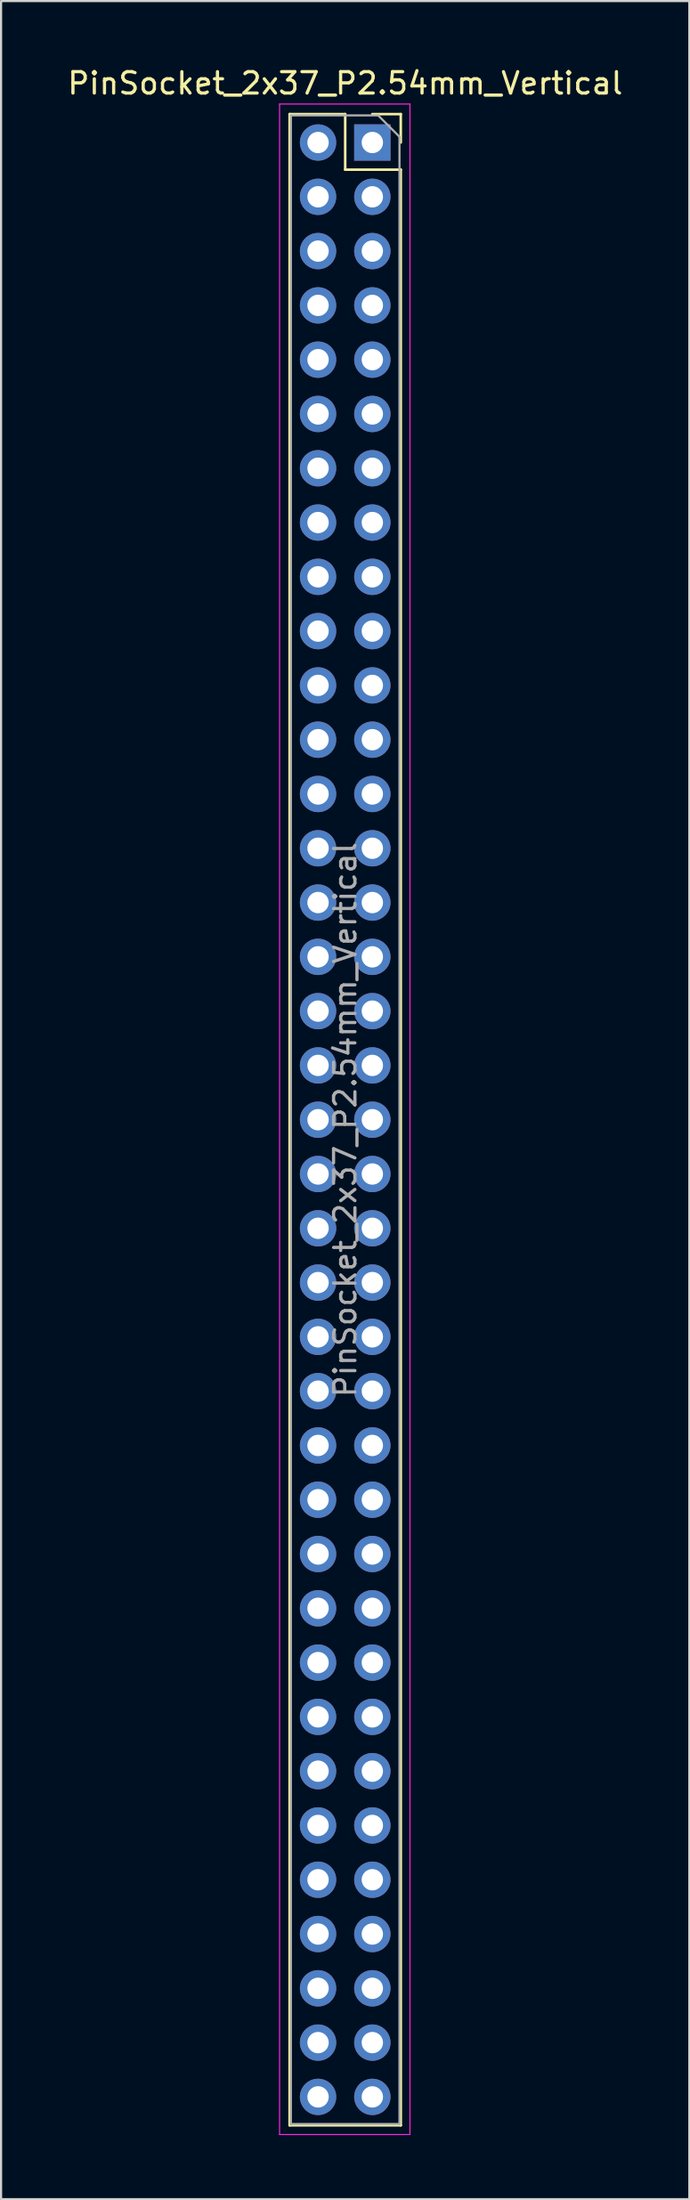
<source format=kicad_pcb>
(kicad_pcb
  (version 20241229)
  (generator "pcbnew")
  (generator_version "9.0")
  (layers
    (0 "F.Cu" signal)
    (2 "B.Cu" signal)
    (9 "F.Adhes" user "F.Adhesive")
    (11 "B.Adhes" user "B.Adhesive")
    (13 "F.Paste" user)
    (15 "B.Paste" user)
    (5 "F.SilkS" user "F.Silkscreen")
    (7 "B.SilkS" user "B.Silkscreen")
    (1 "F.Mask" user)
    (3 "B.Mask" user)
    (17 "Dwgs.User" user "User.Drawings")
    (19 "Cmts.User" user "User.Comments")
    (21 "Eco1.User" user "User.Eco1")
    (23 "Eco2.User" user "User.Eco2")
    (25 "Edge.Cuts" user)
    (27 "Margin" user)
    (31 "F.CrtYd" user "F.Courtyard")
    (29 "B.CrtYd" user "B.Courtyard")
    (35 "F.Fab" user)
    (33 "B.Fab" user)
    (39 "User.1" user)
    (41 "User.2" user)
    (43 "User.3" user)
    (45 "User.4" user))
  (footprint "PinSocket_2x37_P2.54mm_Vertical"
    (layer "F.Cu")
    (at 14.371 3.618)
    (property "Reference" "PinSocket_2x37_P2.54mm_Vertical" (at -1.27 -2.77 0) (layer "F.SilkS") (effects (font (size 1 1) (thickness 0.15))))
    (attr through_hole)
    (fp_line (start -3.87 -1.33) (end -3.87 92.77) (stroke (width 0.12) (type solid)) (layer "F.SilkS"))
    (fp_line (start -3.87 -1.33) (end -1.27 -1.33) (stroke (width 0.12) (type solid)) (layer "F.SilkS"))
    (fp_line (start -3.87 92.77) (end 1.33 92.77) (stroke (width 0.12) (type solid)) (layer "F.SilkS"))
    (fp_line (start -1.27 -1.33) (end -1.27 1.27) (stroke (width 0.12) (type solid)) (layer "F.SilkS"))
    (fp_line (start -1.27 1.27) (end 1.33 1.27) (stroke (width 0.12) (type solid)) (layer "F.SilkS"))
    (fp_line (start 0 -1.33) (end 1.33 -1.33) (stroke (width 0.12) (type solid)) (layer "F.SilkS"))
    (fp_line (start 1.33 -1.33) (end 1.33 0) (stroke (width 0.12) (type solid)) (layer "F.SilkS"))
    (fp_line (start 1.33 1.27) (end 1.33 92.77) (stroke (width 0.12) (type solid)) (layer "F.SilkS"))
    (fp_line (start -4.34 -1.8) (end 1.76 -1.8) (stroke (width 0.05) (type solid)) (layer "F.CrtYd"))
    (fp_line (start -4.34 93.2) (end -4.34 -1.8) (stroke (width 0.05) (type solid)) (layer "F.CrtYd"))
    (fp_line (start 1.76 -1.8) (end 1.76 93.2) (stroke (width 0.05) (type solid)) (layer "F.CrtYd"))
    (fp_line (start 1.76 93.2) (end -4.34 93.2) (stroke (width 0.05) (type solid)) (layer "F.CrtYd"))
    (fp_line (start -3.81 -1.27) (end 0.27 -1.27) (stroke (width 0.1) (type solid)) (layer "F.Fab"))
    (fp_line (start -3.81 92.71) (end -3.81 -1.27) (stroke (width 0.1) (type solid)) (layer "F.Fab"))
    (fp_line (start 0.27 -1.27) (end 1.27 -0.27) (stroke (width 0.1) (type solid)) (layer "F.Fab"))
    (fp_line (start 1.27 -0.27) (end 1.27 92.71) (stroke (width 0.1) (type solid)) (layer "F.Fab"))
    (fp_line (start 1.27 92.71) (end -3.81 92.71) (stroke (width 0.1) (type solid)) (layer "F.Fab"))
    (fp_text user "${REFERENCE}" (at -1.27 45.72 90) (layer "F.Fab") (effects (font (size 1 1) (thickness 0.15))))
    (pad "1" thru_hole rect (at 0 0) (size 1.7 1.7) (drill 1) (layers "*.Cu" "*.Mask"))
    (pad "2" thru_hole circle (at -2.54 0) (size 1.7 1.7) (drill 1) (layers "*.Cu" "*.Mask"))
    (pad "3" thru_hole circle (at 0 2.54) (size 1.7 1.7) (drill 1) (layers "*.Cu" "*.Mask"))
    (pad "4" thru_hole circle (at -2.54 2.54) (size 1.7 1.7) (drill 1) (layers "*.Cu" "*.Mask"))
    (pad "5" thru_hole circle (at 0 5.08) (size 1.7 1.7) (drill 1) (layers "*.Cu" "*.Mask"))
    (pad "6" thru_hole circle (at -2.54 5.08) (size 1.7 1.7) (drill 1) (layers "*.Cu" "*.Mask"))
    (pad "7" thru_hole circle (at 0 7.62) (size 1.7 1.7) (drill 1) (layers "*.Cu" "*.Mask"))
    (pad "8" thru_hole circle (at -2.54 7.62) (size 1.7 1.7) (drill 1) (layers "*.Cu" "*.Mask"))
    (pad "9" thru_hole circle (at 0 10.16) (size 1.7 1.7) (drill 1) (layers "*.Cu" "*.Mask"))
    (pad "10" thru_hole circle (at -2.54 10.16) (size 1.7 1.7) (drill 1) (layers "*.Cu" "*.Mask"))
    (pad "11" thru_hole circle (at 0 12.7) (size 1.7 1.7) (drill 1) (layers "*.Cu" "*.Mask"))
    (pad "12" thru_hole circle (at -2.54 12.7) (size 1.7 1.7) (drill 1) (layers "*.Cu" "*.Mask"))
    (pad "13" thru_hole circle (at 0 15.24) (size 1.7 1.7) (drill 1) (layers "*.Cu" "*.Mask"))
    (pad "14" thru_hole circle (at -2.54 15.24) (size 1.7 1.7) (drill 1) (layers "*.Cu" "*.Mask"))
    (pad "15" thru_hole circle (at 0 17.78) (size 1.7 1.7) (drill 1) (layers "*.Cu" "*.Mask"))
    (pad "16" thru_hole circle (at -2.54 17.78) (size 1.7 1.7) (drill 1) (layers "*.Cu" "*.Mask"))
    (pad "17" thru_hole circle (at 0 20.32) (size 1.7 1.7) (drill 1) (layers "*.Cu" "*.Mask"))
    (pad "18" thru_hole circle (at -2.54 20.32) (size 1.7 1.7) (drill 1) (layers "*.Cu" "*.Mask"))
    (pad "19" thru_hole circle (at 0 22.86) (size 1.7 1.7) (drill 1) (layers "*.Cu" "*.Mask"))
    (pad "20" thru_hole circle (at -2.54 22.86) (size 1.7 1.7) (drill 1) (layers "*.Cu" "*.Mask"))
    (pad "21" thru_hole circle (at 0 25.4) (size 1.7 1.7) (drill 1) (layers "*.Cu" "*.Mask"))
    (pad "22" thru_hole circle (at -2.54 25.4) (size 1.7 1.7) (drill 1) (layers "*.Cu" "*.Mask"))
    (pad "23" thru_hole circle (at 0 27.94) (size 1.7 1.7) (drill 1) (layers "*.Cu" "*.Mask"))
    (pad "24" thru_hole circle (at -2.54 27.94) (size 1.7 1.7) (drill 1) (layers "*.Cu" "*.Mask"))
    (pad "25" thru_hole circle (at 0 30.48) (size 1.7 1.7) (drill 1) (layers "*.Cu" "*.Mask"))
    (pad "26" thru_hole circle (at -2.54 30.48) (size 1.7 1.7) (drill 1) (layers "*.Cu" "*.Mask"))
    (pad "27" thru_hole circle (at 0 33.02) (size 1.7 1.7) (drill 1) (layers "*.Cu" "*.Mask"))
    (pad "28" thru_hole circle (at -2.54 33.02) (size 1.7 1.7) (drill 1) (layers "*.Cu" "*.Mask"))
    (pad "29" thru_hole circle (at 0 35.56) (size 1.7 1.7) (drill 1) (layers "*.Cu" "*.Mask"))
    (pad "30" thru_hole circle (at -2.54 35.56) (size 1.7 1.7) (drill 1) (layers "*.Cu" "*.Mask"))
    (pad "31" thru_hole circle (at 0 38.1) (size 1.7 1.7) (drill 1) (layers "*.Cu" "*.Mask"))
    (pad "32" thru_hole circle (at -2.54 38.1) (size 1.7 1.7) (drill 1) (layers "*.Cu" "*.Mask"))
    (pad "33" thru_hole circle (at 0 40.64) (size 1.7 1.7) (drill 1) (layers "*.Cu" "*.Mask"))
    (pad "34" thru_hole circle (at -2.54 40.64) (size 1.7 1.7) (drill 1) (layers "*.Cu" "*.Mask"))
    (pad "35" thru_hole circle (at 0 43.18) (size 1.7 1.7) (drill 1) (layers "*.Cu" "*.Mask"))
    (pad "36" thru_hole circle (at -2.54 43.18) (size 1.7 1.7) (drill 1) (layers "*.Cu" "*.Mask"))
    (pad "37" thru_hole circle (at 0 45.72) (size 1.7 1.7) (drill 1) (layers "*.Cu" "*.Mask"))
    (pad "38" thru_hole circle (at -2.54 45.72) (size 1.7 1.7) (drill 1) (layers "*.Cu" "*.Mask"))
    (pad "39" thru_hole circle (at 0 48.26) (size 1.7 1.7) (drill 1) (layers "*.Cu" "*.Mask"))
    (pad "40" thru_hole circle (at -2.54 48.26) (size 1.7 1.7) (drill 1) (layers "*.Cu" "*.Mask"))
    (pad "41" thru_hole circle (at 0 50.8) (size 1.7 1.7) (drill 1) (layers "*.Cu" "*.Mask"))
    (pad "42" thru_hole circle (at -2.54 50.8) (size 1.7 1.7) (drill 1) (layers "*.Cu" "*.Mask"))
    (pad "43" thru_hole circle (at 0 53.34) (size 1.7 1.7) (drill 1) (layers "*.Cu" "*.Mask"))
    (pad "44" thru_hole circle (at -2.54 53.34) (size 1.7 1.7) (drill 1) (layers "*.Cu" "*.Mask"))
    (pad "45" thru_hole circle (at 0 55.88) (size 1.7 1.7) (drill 1) (layers "*.Cu" "*.Mask"))
    (pad "46" thru_hole circle (at -2.54 55.88) (size 1.7 1.7) (drill 1) (layers "*.Cu" "*.Mask"))
    (pad "47" thru_hole circle (at 0 58.42) (size 1.7 1.7) (drill 1) (layers "*.Cu" "*.Mask"))
    (pad "48" thru_hole circle (at -2.54 58.42) (size 1.7 1.7) (drill 1) (layers "*.Cu" "*.Mask"))
    (pad "49" thru_hole circle (at 0 60.96) (size 1.7 1.7) (drill 1) (layers "*.Cu" "*.Mask"))
    (pad "50" thru_hole circle (at -2.54 60.96) (size 1.7 1.7) (drill 1) (layers "*.Cu" "*.Mask"))
    (pad "51" thru_hole circle (at 0 63.5) (size 1.7 1.7) (drill 1) (layers "*.Cu" "*.Mask"))
    (pad "52" thru_hole circle (at -2.54 63.5) (size 1.7 1.7) (drill 1) (layers "*.Cu" "*.Mask"))
    (pad "53" thru_hole circle (at 0 66.04) (size 1.7 1.7) (drill 1) (layers "*.Cu" "*.Mask"))
    (pad "54" thru_hole circle (at -2.54 66.04) (size 1.7 1.7) (drill 1) (layers "*.Cu" "*.Mask"))
    (pad "55" thru_hole circle (at 0 68.58) (size 1.7 1.7) (drill 1) (layers "*.Cu" "*.Mask"))
    (pad "56" thru_hole circle (at -2.54 68.58) (size 1.7 1.7) (drill 1) (layers "*.Cu" "*.Mask"))
    (pad "57" thru_hole circle (at 0 71.12) (size 1.7 1.7) (drill 1) (layers "*.Cu" "*.Mask"))
    (pad "58" thru_hole circle (at -2.54 71.12) (size 1.7 1.7) (drill 1) (layers "*.Cu" "*.Mask"))
    (pad "59" thru_hole circle (at 0 73.66) (size 1.7 1.7) (drill 1) (layers "*.Cu" "*.Mask"))
    (pad "60" thru_hole circle (at -2.54 73.66) (size 1.7 1.7) (drill 1) (layers "*.Cu" "*.Mask"))
    (pad "61" thru_hole circle (at 0 76.2) (size 1.7 1.7) (drill 1) (layers "*.Cu" "*.Mask"))
    (pad "62" thru_hole circle (at -2.54 76.2) (size 1.7 1.7) (drill 1) (layers "*.Cu" "*.Mask"))
    (pad "63" thru_hole circle (at 0 78.74) (size 1.7 1.7) (drill 1) (layers "*.Cu" "*.Mask"))
    (pad "64" thru_hole circle (at -2.54 78.74) (size 1.7 1.7) (drill 1) (layers "*.Cu" "*.Mask"))
    (pad "65" thru_hole circle (at 0 81.28) (size 1.7 1.7) (drill 1) (layers "*.Cu" "*.Mask"))
    (pad "66" thru_hole circle (at -2.54 81.28) (size 1.7 1.7) (drill 1) (layers "*.Cu" "*.Mask"))
    (pad "67" thru_hole circle (at 0 83.82) (size 1.7 1.7) (drill 1) (layers "*.Cu" "*.Mask"))
    (pad "68" thru_hole circle (at -2.54 83.82) (size 1.7 1.7) (drill 1) (layers "*.Cu" "*.Mask"))
    (pad "69" thru_hole circle (at 0 86.36) (size 1.7 1.7) (drill 1) (layers "*.Cu" "*.Mask"))
    (pad "70" thru_hole circle (at -2.54 86.36) (size 1.7 1.7) (drill 1) (layers "*.Cu" "*.Mask"))
    (pad "71" thru_hole circle (at 0 88.9) (size 1.7 1.7) (drill 1) (layers "*.Cu" "*.Mask"))
    (pad "72" thru_hole circle (at -2.54 88.9) (size 1.7 1.7) (drill 1) (layers "*.Cu" "*.Mask"))
    (pad "73" thru_hole circle (at 0 91.44) (size 1.7 1.7) (drill 1) (layers "*.Cu" "*.Mask"))
    (pad "74" thru_hole circle (at -2.54 91.44) (size 1.7 1.7) (drill 1) (layers "*.Cu" "*.Mask")))
  (gr_rect
    (start -3 -3)
    (end 29.202 99.843)
    (stroke (width 0.1) (type default))
    (fill no)
    (layer "Edge.Cuts")))
</source>
